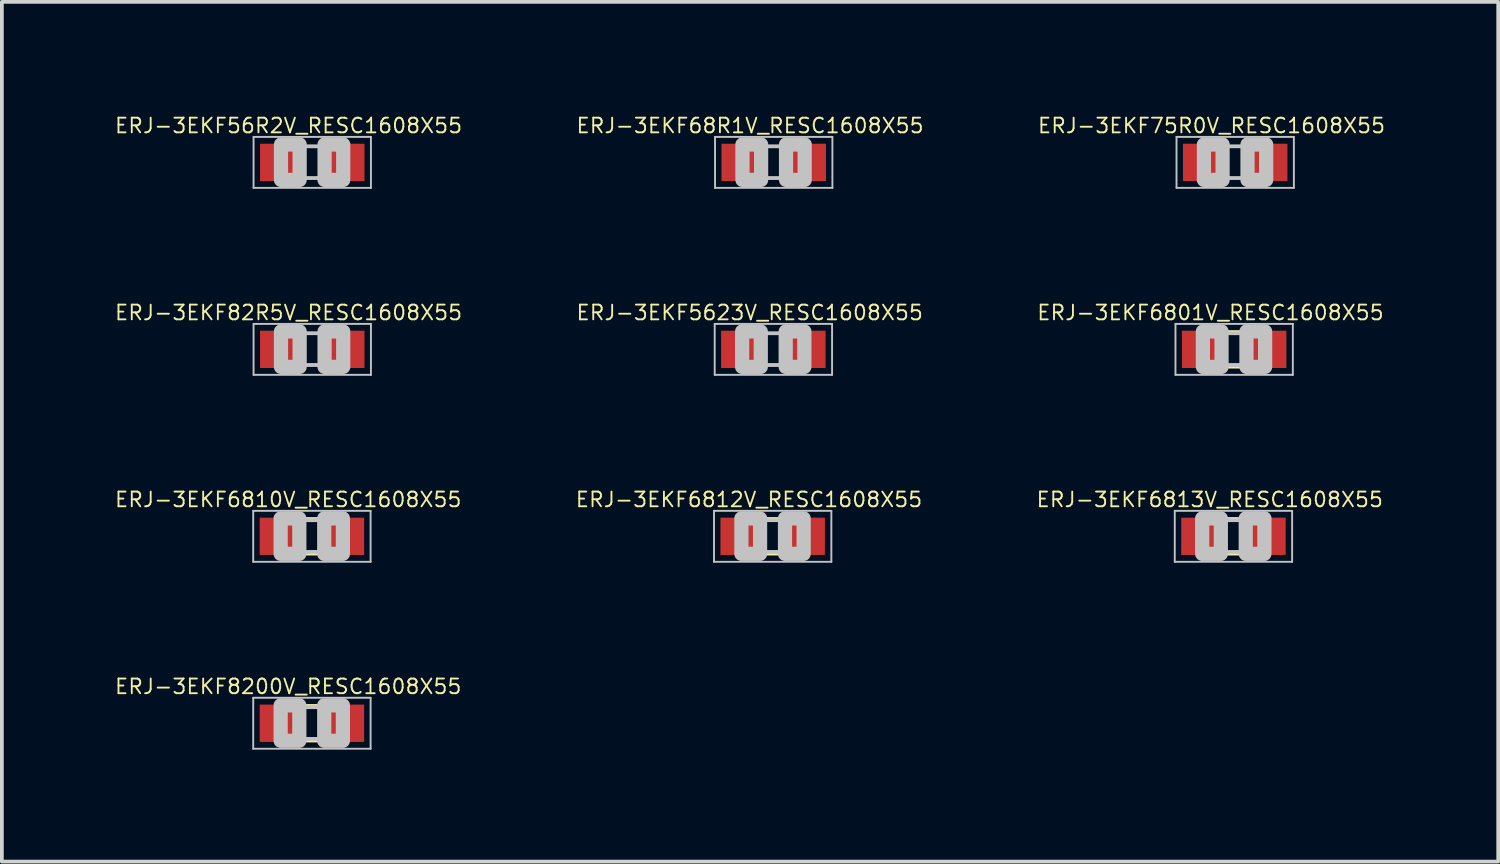
<source format=kicad_pcb>
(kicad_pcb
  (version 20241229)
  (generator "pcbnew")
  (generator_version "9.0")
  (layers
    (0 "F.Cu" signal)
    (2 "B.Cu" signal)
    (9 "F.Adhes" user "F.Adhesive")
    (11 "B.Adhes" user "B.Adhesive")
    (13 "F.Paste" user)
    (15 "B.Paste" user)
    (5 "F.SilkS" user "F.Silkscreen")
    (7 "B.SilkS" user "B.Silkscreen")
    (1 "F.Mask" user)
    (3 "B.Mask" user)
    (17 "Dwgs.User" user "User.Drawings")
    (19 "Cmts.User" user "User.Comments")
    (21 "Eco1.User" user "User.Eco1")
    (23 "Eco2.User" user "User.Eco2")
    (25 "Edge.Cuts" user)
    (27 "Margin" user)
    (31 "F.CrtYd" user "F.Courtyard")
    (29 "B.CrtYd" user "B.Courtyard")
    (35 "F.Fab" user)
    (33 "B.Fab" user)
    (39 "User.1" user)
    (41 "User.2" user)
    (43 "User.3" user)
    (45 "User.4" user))
  (footprint "ERJ-3EKF56R2V_RESC1608X55"
    (layer "F.Cu")
    (at 5.32 1.303)
    (property "Reference" "ERJ-3EKF56R2V_RESC1608X55" (at -0.635 -0.985 0) (layer "F.SilkS") (effects (font (size 0.394 0.394) (thickness 0.05))))
    (attr smd)
    (fp_line (start -1.573 -0.683) (end 1.573 -0.683) (stroke (width 0.051) (type solid)) (layer "Dwgs.User"))
    (fp_line (start -1.573 0.683) (end -1.573 -0.683) (stroke (width 0.051) (type solid)) (layer "Dwgs.User"))
    (fp_line (start -0.356 -0.432) (end 0.356 -0.432) (stroke (width 0.102) (type solid)) (layer "Dwgs.User"))
    (fp_line (start -0.356 0.419) (end 0.356 0.419) (stroke (width 0.102) (type solid)) (layer "Dwgs.User"))
    (fp_line (start 1.573 -0.683) (end 1.573 0.683) (stroke (width 0.051) (type solid)) (layer "Dwgs.User"))
    (fp_line (start 1.573 0.683) (end -1.573 0.683) (stroke (width 0.051) (type solid)) (layer "Dwgs.User"))
    (fp_poly (pts (xy -0.838 -0.48) (xy -0.338 -0.48) (xy -0.338 0.47) (xy -0.838 0.47)) (stroke (width 0.381) (type solid)) (fill no) (layer "Dwgs.User"))
    (fp_poly (pts (xy 0.33 -0.48) (xy 0.83 -0.48) (xy 0.83 0.47) (xy 0.33 0.47)) (stroke (width 0.381) (type solid)) (fill no) (layer "Dwgs.User"))
    (pad "1" smd rect (at -0.85 0) (size 1.1 1) (layers "F.Cu" "F.Mask" "F.Paste"))
    (pad "2" smd rect (at 0.85 0) (size 1.1 1) (layers "F.Cu" "F.Mask" "F.Paste")))
  (footprint "ERJ-3EKF82R5V_RESC1608X55"
    (layer "F.Cu")
    (at 5.32 6.315)
    (property "Reference" "ERJ-3EKF82R5V_RESC1608X55" (at -0.635 -0.985 0) (layer "F.SilkS") (effects (font (size 0.394 0.394) (thickness 0.05))))
    (attr smd)
    (fp_line (start -1.573 -0.683) (end 1.573 -0.683) (stroke (width 0.051) (type solid)) (layer "Dwgs.User"))
    (fp_line (start -1.573 0.683) (end -1.573 -0.683) (stroke (width 0.051) (type solid)) (layer "Dwgs.User"))
    (fp_line (start -0.356 -0.432) (end 0.356 -0.432) (stroke (width 0.102) (type solid)) (layer "Dwgs.User"))
    (fp_line (start -0.356 0.419) (end 0.356 0.419) (stroke (width 0.102) (type solid)) (layer "Dwgs.User"))
    (fp_line (start 1.573 -0.683) (end 1.573 0.683) (stroke (width 0.051) (type solid)) (layer "Dwgs.User"))
    (fp_line (start 1.573 0.683) (end -1.573 0.683) (stroke (width 0.051) (type solid)) (layer "Dwgs.User"))
    (fp_poly (pts (xy -0.838 -0.48) (xy -0.338 -0.48) (xy -0.338 0.47) (xy -0.838 0.47)) (stroke (width 0.381) (type solid)) (fill no) (layer "Dwgs.User"))
    (fp_poly (pts (xy 0.33 -0.48) (xy 0.83 -0.48) (xy 0.83 0.47) (xy 0.33 0.47)) (stroke (width 0.381) (type solid)) (fill no) (layer "Dwgs.User"))
    (pad "1" smd rect (at -0.85 0) (size 1.1 1) (layers "F.Cu" "F.Mask" "F.Paste"))
    (pad "2" smd rect (at 0.85 0) (size 1.1 1) (layers "F.Cu" "F.Mask" "F.Paste")))
  (footprint "ERJ-3EKF6810V_RESC1608X55"
    (layer "F.Cu")
    (at 5.311 11.326)
    (property "Reference" "ERJ-3EKF6810V_RESC1608X55" (at -0.635 -0.985 0) (layer "F.SilkS") (effects (font (size 0.394 0.394) (thickness 0.05))))
    (attr smd)
    (fp_line (start -0.15 -0.45) (end 0.15 -0.45) (stroke (width 0.127) (type solid)) (layer "F.SilkS"))
    (fp_line (start -0.15 0.45) (end 0.15 0.45) (stroke (width 0.127) (type solid)) (layer "F.SilkS"))
    (fp_line (start -1.573 -0.683) (end 1.573 -0.683) (stroke (width 0.051) (type solid)) (layer "Dwgs.User"))
    (fp_line (start -1.573 0.683) (end -1.573 -0.683) (stroke (width 0.051) (type solid)) (layer "Dwgs.User"))
    (fp_line (start -0.356 -0.432) (end 0.356 -0.432) (stroke (width 0.102) (type solid)) (layer "Dwgs.User"))
    (fp_line (start -0.356 0.419) (end 0.356 0.419) (stroke (width 0.102) (type solid)) (layer "Dwgs.User"))
    (fp_line (start 1.573 -0.683) (end 1.573 0.683) (stroke (width 0.051) (type solid)) (layer "Dwgs.User"))
    (fp_line (start 1.573 0.683) (end -1.573 0.683) (stroke (width 0.051) (type solid)) (layer "Dwgs.User"))
    (fp_poly (pts (xy -0.838 -0.48) (xy -0.338 -0.48) (xy -0.338 0.47) (xy -0.838 0.47)) (stroke (width 0.381) (type solid)) (fill no) (layer "Dwgs.User"))
    (fp_poly (pts (xy 0.33 -0.48) (xy 0.83 -0.48) (xy 0.83 0.47) (xy 0.33 0.47)) (stroke (width 0.381) (type solid)) (fill no) (layer "Dwgs.User"))
    (pad "1" smd rect (at -0.85 0) (size 1.1 1) (layers "F.Cu" "F.Mask" "F.Paste"))
    (pad "2" smd rect (at 0.85 0) (size 1.1 1) (layers "F.Cu" "F.Mask" "F.Paste")))
  (footprint "ERJ-3EKF8200V_RESC1608X55"
    (layer "F.Cu")
    (at 5.311 16.337)
    (property "Reference" "ERJ-3EKF8200V_RESC1608X55" (at -0.635 -0.985 0) (layer "F.SilkS") (effects (font (size 0.394 0.394) (thickness 0.05))))
    (attr smd)
    (fp_line (start -0.15 -0.45) (end 0.15 -0.45) (stroke (width 0.127) (type solid)) (layer "F.SilkS"))
    (fp_line (start -0.15 0.45) (end 0.15 0.45) (stroke (width 0.127) (type solid)) (layer "F.SilkS"))
    (fp_line (start -1.573 -0.683) (end 1.573 -0.683) (stroke (width 0.051) (type solid)) (layer "Dwgs.User"))
    (fp_line (start -1.573 0.683) (end -1.573 -0.683) (stroke (width 0.051) (type solid)) (layer "Dwgs.User"))
    (fp_line (start -0.356 -0.432) (end 0.356 -0.432) (stroke (width 0.102) (type solid)) (layer "Dwgs.User"))
    (fp_line (start -0.356 0.419) (end 0.356 0.419) (stroke (width 0.102) (type solid)) (layer "Dwgs.User"))
    (fp_line (start 1.573 -0.683) (end 1.573 0.683) (stroke (width 0.051) (type solid)) (layer "Dwgs.User"))
    (fp_line (start 1.573 0.683) (end -1.573 0.683) (stroke (width 0.051) (type solid)) (layer "Dwgs.User"))
    (fp_poly (pts (xy -0.838 -0.48) (xy -0.338 -0.48) (xy -0.338 0.47) (xy -0.838 0.47)) (stroke (width 0.381) (type solid)) (fill no) (layer "Dwgs.User"))
    (fp_poly (pts (xy 0.33 -0.48) (xy 0.83 -0.48) (xy 0.83 0.47) (xy 0.33 0.47)) (stroke (width 0.381) (type solid)) (fill no) (layer "Dwgs.User"))
    (pad "1" smd rect (at -0.85 0) (size 1.1 1) (layers "F.Cu" "F.Mask" "F.Paste"))
    (pad "2" smd rect (at 0.85 0) (size 1.1 1) (layers "F.Cu" "F.Mask" "F.Paste")))
  (footprint "ERJ-3EKF68R1V_RESC1608X55"
    (layer "F.Cu")
    (at 17.69 1.303)
    (property "Reference" "ERJ-3EKF68R1V_RESC1608X55" (at -0.635 -0.985 0) (layer "F.SilkS") (effects (font (size 0.394 0.394) (thickness 0.05))))
    (attr smd)
    (fp_line (start -1.573 -0.683) (end 1.573 -0.683) (stroke (width 0.051) (type solid)) (layer "Dwgs.User"))
    (fp_line (start -1.573 0.683) (end -1.573 -0.683) (stroke (width 0.051) (type solid)) (layer "Dwgs.User"))
    (fp_line (start -0.356 -0.432) (end 0.356 -0.432) (stroke (width 0.102) (type solid)) (layer "Dwgs.User"))
    (fp_line (start -0.356 0.419) (end 0.356 0.419) (stroke (width 0.102) (type solid)) (layer "Dwgs.User"))
    (fp_line (start 1.573 -0.683) (end 1.573 0.683) (stroke (width 0.051) (type solid)) (layer "Dwgs.User"))
    (fp_line (start 1.573 0.683) (end -1.573 0.683) (stroke (width 0.051) (type solid)) (layer "Dwgs.User"))
    (fp_poly (pts (xy -0.838 -0.48) (xy -0.338 -0.48) (xy -0.338 0.47) (xy -0.838 0.47)) (stroke (width 0.381) (type solid)) (fill no) (layer "Dwgs.User"))
    (fp_poly (pts (xy 0.33 -0.48) (xy 0.83 -0.48) (xy 0.83 0.47) (xy 0.33 0.47)) (stroke (width 0.381) (type solid)) (fill no) (layer "Dwgs.User"))
    (pad "1" smd rect (at -0.85 0) (size 1.1 1) (layers "F.Cu" "F.Mask" "F.Paste"))
    (pad "2" smd rect (at 0.85 0) (size 1.1 1) (layers "F.Cu" "F.Mask" "F.Paste")))
  (footprint "ERJ-3EKF6813V_RESC1608X55"
    (layer "F.Cu")
    (at 30.013 11.326)
    (property "Reference" "ERJ-3EKF6813V_RESC1608X55" (at -0.635 -0.985 0) (layer "F.SilkS") (effects (font (size 0.394 0.394) (thickness 0.05))))
    (attr smd)
    (fp_line (start -0.15 -0.45) (end 0.15 -0.45) (stroke (width 0.127) (type solid)) (layer "F.SilkS"))
    (fp_line (start -0.15 0.45) (end 0.15 0.45) (stroke (width 0.127) (type solid)) (layer "F.SilkS"))
    (fp_line (start -1.573 -0.683) (end 1.573 -0.683) (stroke (width 0.051) (type solid)) (layer "Dwgs.User"))
    (fp_line (start -1.573 0.683) (end -1.573 -0.683) (stroke (width 0.051) (type solid)) (layer "Dwgs.User"))
    (fp_line (start -0.356 -0.432) (end 0.356 -0.432) (stroke (width 0.102) (type solid)) (layer "Dwgs.User"))
    (fp_line (start -0.356 0.419) (end 0.356 0.419) (stroke (width 0.102) (type solid)) (layer "Dwgs.User"))
    (fp_line (start 1.573 -0.683) (end 1.573 0.683) (stroke (width 0.051) (type solid)) (layer "Dwgs.User"))
    (fp_line (start 1.573 0.683) (end -1.573 0.683) (stroke (width 0.051) (type solid)) (layer "Dwgs.User"))
    (fp_poly (pts (xy -0.838 -0.48) (xy -0.338 -0.48) (xy -0.338 0.47) (xy -0.838 0.47)) (stroke (width 0.381) (type solid)) (fill no) (layer "Dwgs.User"))
    (fp_poly (pts (xy 0.33 -0.48) (xy 0.83 -0.48) (xy 0.83 0.47) (xy 0.33 0.47)) (stroke (width 0.381) (type solid)) (fill no) (layer "Dwgs.User"))
    (pad "1" smd rect (at -0.85 0) (size 1.1 1) (layers "F.Cu" "F.Mask" "F.Paste"))
    (pad "2" smd rect (at 0.85 0) (size 1.1 1) (layers "F.Cu" "F.Mask" "F.Paste")))
  (footprint "ERJ-3EKF5623V_RESC1608X55"
    (layer "F.Cu")
    (at 17.681 6.315)
    (property "Reference" "ERJ-3EKF5623V_RESC1608X55" (at -0.635 -0.985 0) (layer "F.SilkS") (effects (font (size 0.394 0.394) (thickness 0.05))))
    (attr smd)
    (fp_line (start -1.573 -0.683) (end 1.573 -0.683) (stroke (width 0.051) (type solid)) (layer "Dwgs.User"))
    (fp_line (start -1.573 0.683) (end -1.573 -0.683) (stroke (width 0.051) (type solid)) (layer "Dwgs.User"))
    (fp_line (start -0.356 -0.432) (end 0.356 -0.432) (stroke (width 0.102) (type solid)) (layer "Dwgs.User"))
    (fp_line (start -0.356 0.419) (end 0.356 0.419) (stroke (width 0.102) (type solid)) (layer "Dwgs.User"))
    (fp_line (start 1.573 -0.683) (end 1.573 0.683) (stroke (width 0.051) (type solid)) (layer "Dwgs.User"))
    (fp_line (start 1.573 0.683) (end -1.573 0.683) (stroke (width 0.051) (type solid)) (layer "Dwgs.User"))
    (fp_poly (pts (xy -0.838 -0.48) (xy -0.338 -0.48) (xy -0.338 0.47) (xy -0.838 0.47)) (stroke (width 0.381) (type solid)) (fill no) (layer "Dwgs.User"))
    (fp_poly (pts (xy 0.33 -0.48) (xy 0.83 -0.48) (xy 0.83 0.47) (xy 0.33 0.47)) (stroke (width 0.381) (type solid)) (fill no) (layer "Dwgs.User"))
    (pad "1" smd rect (at -0.85 0) (size 1.1 1) (layers "F.Cu" "F.Mask" "F.Paste"))
    (pad "2" smd rect (at 0.85 0) (size 1.1 1) (layers "F.Cu" "F.Mask" "F.Paste")))
  (footprint "ERJ-3EKF75R0V_RESC1608X55"
    (layer "F.Cu")
    (at 30.06 1.303)
    (property "Reference" "ERJ-3EKF75R0V_RESC1608X55" (at -0.635 -0.985 0) (layer "F.SilkS") (effects (font (size 0.394 0.394) (thickness 0.05))))
    (attr smd)
    (fp_line (start -1.573 -0.683) (end 1.573 -0.683) (stroke (width 0.051) (type solid)) (layer "Dwgs.User"))
    (fp_line (start -1.573 0.683) (end -1.573 -0.683) (stroke (width 0.051) (type solid)) (layer "Dwgs.User"))
    (fp_line (start -0.356 -0.432) (end 0.356 -0.432) (stroke (width 0.102) (type solid)) (layer "Dwgs.User"))
    (fp_line (start -0.356 0.419) (end 0.356 0.419) (stroke (width 0.102) (type solid)) (layer "Dwgs.User"))
    (fp_line (start 1.573 -0.683) (end 1.573 0.683) (stroke (width 0.051) (type solid)) (layer "Dwgs.User"))
    (fp_line (start 1.573 0.683) (end -1.573 0.683) (stroke (width 0.051) (type solid)) (layer "Dwgs.User"))
    (fp_poly (pts (xy -0.838 -0.48) (xy -0.338 -0.48) (xy -0.338 0.47) (xy -0.838 0.47)) (stroke (width 0.381) (type solid)) (fill no) (layer "Dwgs.User"))
    (fp_poly (pts (xy 0.33 -0.48) (xy 0.83 -0.48) (xy 0.83 0.47) (xy 0.33 0.47)) (stroke (width 0.381) (type solid)) (fill no) (layer "Dwgs.User"))
    (pad "1" smd rect (at -0.85 0) (size 1.1 1) (layers "F.Cu" "F.Mask" "F.Paste"))
    (pad "2" smd rect (at 0.85 0) (size 1.1 1) (layers "F.Cu" "F.Mask" "F.Paste")))
  (footprint "ERJ-3EKF6812V_RESC1608X55"
    (layer "F.Cu")
    (at 17.662 11.326)
    (property "Reference" "ERJ-3EKF6812V_RESC1608X55" (at -0.635 -0.985 0) (layer "F.SilkS") (effects (font (size 0.394 0.394) (thickness 0.05))))
    (attr smd)
    (fp_line (start -0.15 -0.45) (end 0.15 -0.45) (stroke (width 0.127) (type solid)) (layer "F.SilkS"))
    (fp_line (start -0.15 0.45) (end 0.15 0.45) (stroke (width 0.127) (type solid)) (layer "F.SilkS"))
    (fp_line (start -1.573 -0.683) (end 1.573 -0.683) (stroke (width 0.051) (type solid)) (layer "Dwgs.User"))
    (fp_line (start -1.573 0.683) (end -1.573 -0.683) (stroke (width 0.051) (type solid)) (layer "Dwgs.User"))
    (fp_line (start -0.356 -0.432) (end 0.356 -0.432) (stroke (width 0.102) (type solid)) (layer "Dwgs.User"))
    (fp_line (start -0.356 0.419) (end 0.356 0.419) (stroke (width 0.102) (type solid)) (layer "Dwgs.User"))
    (fp_line (start 1.573 -0.683) (end 1.573 0.683) (stroke (width 0.051) (type solid)) (layer "Dwgs.User"))
    (fp_line (start 1.573 0.683) (end -1.573 0.683) (stroke (width 0.051) (type solid)) (layer "Dwgs.User"))
    (fp_poly (pts (xy -0.838 -0.48) (xy -0.338 -0.48) (xy -0.338 0.47) (xy -0.838 0.47)) (stroke (width 0.381) (type solid)) (fill no) (layer "Dwgs.User"))
    (fp_poly (pts (xy 0.33 -0.48) (xy 0.83 -0.48) (xy 0.83 0.47) (xy 0.33 0.47)) (stroke (width 0.381) (type solid)) (fill no) (layer "Dwgs.User"))
    (pad "1" smd rect (at -0.85 0) (size 1.1 1) (layers "F.Cu" "F.Mask" "F.Paste"))
    (pad "2" smd rect (at 0.85 0) (size 1.1 1) (layers "F.Cu" "F.Mask" "F.Paste")))
  (footprint "ERJ-3EKF6801V_RESC1608X55"
    (layer "F.Cu")
    (at 30.032 6.315)
    (property "Reference" "ERJ-3EKF6801V_RESC1608X55" (at -0.635 -0.985 0) (layer "F.SilkS") (effects (font (size 0.394 0.394) (thickness 0.05))))
    (attr smd)
    (fp_line (start -0.15 -0.45) (end 0.15 -0.45) (stroke (width 0.127) (type solid)) (layer "F.SilkS"))
    (fp_line (start -0.15 0.45) (end 0.15 0.45) (stroke (width 0.127) (type solid)) (layer "F.SilkS"))
    (fp_line (start -1.573 -0.683) (end 1.573 -0.683) (stroke (width 0.051) (type solid)) (layer "Dwgs.User"))
    (fp_line (start -1.573 0.683) (end -1.573 -0.683) (stroke (width 0.051) (type solid)) (layer "Dwgs.User"))
    (fp_line (start -0.356 -0.432) (end 0.356 -0.432) (stroke (width 0.102) (type solid)) (layer "Dwgs.User"))
    (fp_line (start -0.356 0.419) (end 0.356 0.419) (stroke (width 0.102) (type solid)) (layer "Dwgs.User"))
    (fp_line (start 1.573 -0.683) (end 1.573 0.683) (stroke (width 0.051) (type solid)) (layer "Dwgs.User"))
    (fp_line (start 1.573 0.683) (end -1.573 0.683) (stroke (width 0.051) (type solid)) (layer "Dwgs.User"))
    (fp_poly (pts (xy -0.838 -0.48) (xy -0.338 -0.48) (xy -0.338 0.47) (xy -0.838 0.47)) (stroke (width 0.381) (type solid)) (fill no) (layer "Dwgs.User"))
    (fp_poly (pts (xy 0.33 -0.48) (xy 0.83 -0.48) (xy 0.83 0.47) (xy 0.33 0.47)) (stroke (width 0.381) (type solid)) (fill no) (layer "Dwgs.User"))
    (pad "1" smd rect (at -0.85 0) (size 1.1 1) (layers "F.Cu" "F.Mask" "F.Paste"))
    (pad "2" smd rect (at 0.85 0) (size 1.1 1) (layers "F.Cu" "F.Mask" "F.Paste")))
  (gr_rect
    (start -3 -3)
    (end 37.11 20.046)
    (stroke (width 0.1) (type default))
    (fill no)
    (layer "Edge.Cuts")))
</source>
